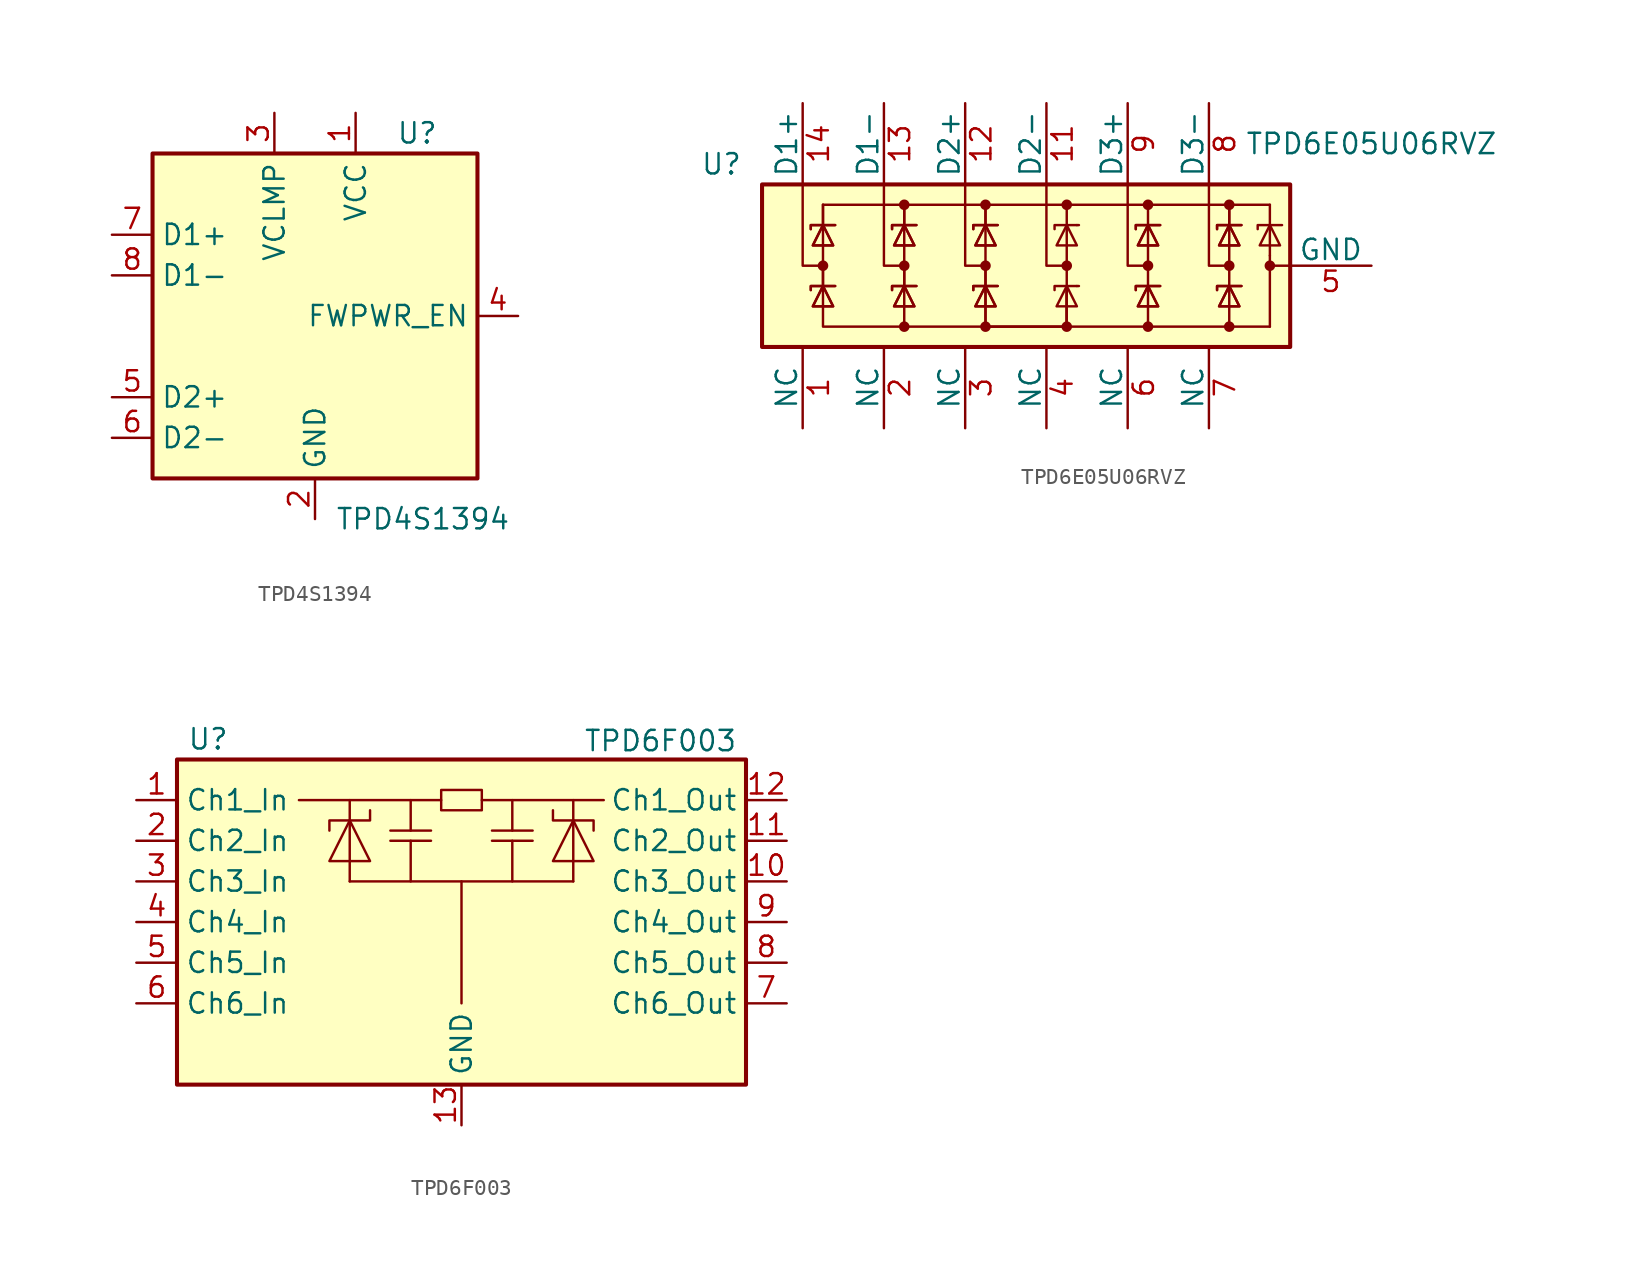
<source format=kicad_sym>
(kicad_symbol_lib
  (version 20241209)
  (generator "kicad_symbol_editor")
  (generator_version "9.0")
  (symbol "TPD4S1394"
    (property "Reference" "U"
      (at 5.08 11.43 0)
      (effects (font (size 1.27 1.27)) (justify left)))
    (property "Value" "TPD4S1394"
      (at 1.27 -12.7 0)
      (effects (font (size 1.27 1.27)) (justify left)))
    (symbol "TPD4S1394_0_1"
      (rectangle (start -10.16 10.16) (end 10.16 -10.16) (stroke (width 0.254) (type default)) (fill (type background))))
    (symbol "TPD4S1394_1_1"
      (pin passive line (at -12.7 5.08 0) (length 2.54) (name "D1+" (effects (font (size 1.27 1.27)))) (number "7" (effects (font (size 1.27 1.27)))))
      (pin passive line (at -12.7 2.54 0) (length 2.54) (name "D1-" (effects (font (size 1.27 1.27)))) (number "8" (effects (font (size 1.27 1.27)))))
      (pin passive line (at -12.7 -5.08 0) (length 2.54) (name "D2+" (effects (font (size 1.27 1.27)))) (number "5" (effects (font (size 1.27 1.27)))))
      (pin passive line (at -12.7 -7.62 0) (length 2.54) (name "D2-" (effects (font (size 1.27 1.27)))) (number "6" (effects (font (size 1.27 1.27)))))
      (pin passive line (at -2.54 12.7 270) (length 2.54) (name "VCLMP" (effects (font (size 1.27 1.27)))) (number "3" (effects (font (size 1.27 1.27)))))
      (pin power_in line (at 0 -12.7 90) (length 2.54) (name "GND" (effects (font (size 1.27 1.27)))) (number "2" (effects (font (size 1.27 1.27)))))
      (pin power_in line (at 2.54 12.7 270) (length 2.54) (name "VCC" (effects (font (size 1.27 1.27)))) (number "1" (effects (font (size 1.27 1.27)))))
      (pin passive line (at 12.7 0 180) (length 2.54) (name "FWPWR_EN" (effects (font (size 1.27 1.27)))) (number "4" (effects (font (size 1.27 1.27)))))))
  (symbol "TPD6E05U06RVZ"
    (pin_names
      (offset 0))
    (property "Reference" "U"
      (at -17.78 6.35 0)
      (effects (font (size 1.27 1.27))))
    (property "Value" "TPD6E05U06RVZ"
      (at 22.86 7.62 0)
      (effects (font (size 1.27 1.27))))
    (symbol "TPD6E05U06RVZ_0_1"
      (rectangle (start -15.24 5.08) (end 17.78 -5.08) (stroke (width 0.254) (type default)) (fill (type background)))
      (polyline (pts (xy -12.7 5.08) (xy -12.7 0) (xy -11.43 0)) (stroke (width 0) (type default)) (fill (type none)))
      (polyline (pts (xy -12.192 2.286) (xy -12.192 2.54) (xy -10.795 2.54) (xy -10.668 2.54)) (stroke (width 0) (type default)) (fill (type none)))
      (polyline (pts (xy -12.192 2.286) (xy -12.192 2.54) (xy -10.795 2.54) (xy -10.668 2.54)) (stroke (width 0) (type default)) (fill (type none)))
      (polyline (pts (xy -12.192 -1.524) (xy -12.192 -1.27) (xy -10.795 -1.27) (xy -10.668 -1.27)) (stroke (width 0) (type default)) (fill (type none)))
      (polyline (pts (xy -12.192 -1.524) (xy -12.192 -1.27) (xy -10.795 -1.27) (xy -10.668 -1.27)) (stroke (width 0) (type default)) (fill (type none)))
      (polyline (pts (xy -11.43 3.81) (xy -11.43 2.54)) (stroke (width 0) (type default)) (fill (type none)))
      (polyline (pts (xy -11.43 3.81) (xy -11.43 2.54)) (stroke (width 0) (type default)) (fill (type none)))
      (polyline (pts (xy -11.43 2.54) (xy -11.43 -1.27)) (stroke (width 0) (type default)) (fill (type none)))
      (polyline (pts (xy -11.43 2.54) (xy -10.795 1.27) (xy -12.065 1.27) (xy -11.43 2.54)) (stroke (width 0) (type default)) (fill (type none)))
      (polyline (pts (xy -11.43 2.54) (xy -10.795 1.27) (xy -12.065 1.27) (xy -11.43 2.54)) (stroke (width 0) (type default)) (fill (type none)))
      (circle (center -11.43 0) (radius 0.254) (stroke (width 0) (type default)) (fill (type outline)))
      (polyline (pts (xy -11.43 0) (xy -11.43 -1.27)) (stroke (width 0) (type default)) (fill (type none)))
      (polyline (pts (xy -11.43 -1.27) (xy -11.43 -3.81) (xy -6.35 -3.81) (xy -6.35 -1.27)) (stroke (width 0) (type default)) (fill (type none)))
      (polyline (pts (xy -11.43 -1.27) (xy -10.795 -2.54) (xy -12.065 -2.54) (xy -11.43 -1.27)) (stroke (width 0) (type default)) (fill (type none)))
      (polyline (pts (xy -11.43 -1.27) (xy -10.795 -2.54) (xy -12.065 -2.54) (xy -11.43 -1.27)) (stroke (width 0) (type default)) (fill (type none)))
      (polyline (pts (xy -7.62 5.08) (xy -7.62 0) (xy -6.35 0)) (stroke (width 0) (type default)) (fill (type none)))
      (polyline (pts (xy -7.112 2.286) (xy -7.112 2.54) (xy -5.715 2.54) (xy -5.588 2.54)) (stroke (width 0) (type default)) (fill (type none)))
      (polyline (pts (xy -7.112 2.286) (xy -7.112 2.54) (xy -5.715 2.54) (xy -5.588 2.54)) (stroke (width 0) (type default)) (fill (type none)))
      (polyline (pts (xy -7.112 -1.524) (xy -7.112 -1.27) (xy -5.715 -1.27) (xy -5.588 -1.27)) (stroke (width 0) (type default)) (fill (type none)))
      (polyline (pts (xy -7.112 -1.524) (xy -7.112 -1.27) (xy -5.715 -1.27) (xy -5.588 -1.27)) (stroke (width 0) (type default)) (fill (type none)))
      (circle (center -6.35 3.81) (radius 0.254) (stroke (width 0) (type default)) (fill (type outline)))
      (polyline (pts (xy -6.35 3.81) (xy -6.35 2.54)) (stroke (width 0) (type default)) (fill (type none)))
      (polyline (pts (xy -6.35 3.81) (xy -6.35 2.54)) (stroke (width 0) (type default)) (fill (type none)))
      (polyline (pts (xy -6.35 2.54) (xy -6.35 -1.27)) (stroke (width 0) (type default)) (fill (type none)))
      (polyline (pts (xy -6.35 2.54) (xy -5.715 1.27) (xy -6.985 1.27) (xy -6.35 2.54)) (stroke (width 0) (type default)) (fill (type none)))
      (polyline (pts (xy -6.35 2.54) (xy -5.715 1.27) (xy -6.985 1.27) (xy -6.35 2.54)) (stroke (width 0) (type default)) (fill (type none)))
      (circle (center -6.35 0) (radius 0.254) (stroke (width 0) (type default)) (fill (type outline)))
      (polyline (pts (xy -6.35 0) (xy -6.35 -1.27)) (stroke (width 0) (type default)) (fill (type none)))
      (polyline (pts (xy -6.35 -1.27) (xy -5.715 -2.54) (xy -6.985 -2.54) (xy -6.35 -1.27)) (stroke (width 0) (type default)) (fill (type none)))
      (polyline (pts (xy -6.35 -1.27) (xy -5.715 -2.54) (xy -6.985 -2.54) (xy -6.35 -1.27)) (stroke (width 0) (type default)) (fill (type none)))
      (circle (center -6.35 -3.81) (radius 0.254) (stroke (width 0) (type default)) (fill (type outline)))
      (polyline (pts (xy -2.54 5.08) (xy -2.54 0) (xy -1.27 0)) (stroke (width 0) (type default)) (fill (type none)))
      (polyline (pts (xy -2.032 2.286) (xy -2.032 2.54) (xy -0.635 2.54) (xy -0.508 2.54)) (stroke (width 0) (type default)) (fill (type none)))
      (polyline (pts (xy -2.032 2.286) (xy -2.032 2.54) (xy -0.635 2.54) (xy -0.508 2.54)) (stroke (width 0) (type default)) (fill (type none)))
      (polyline (pts (xy -2.032 -1.524) (xy -2.032 -1.27) (xy -0.635 -1.27) (xy -0.508 -1.27)) (stroke (width 0) (type default)) (fill (type none)))
      (polyline (pts (xy -2.032 -1.524) (xy -2.032 -1.27) (xy -0.635 -1.27) (xy -0.508 -1.27)) (stroke (width 0) (type default)) (fill (type none)))
      (circle (center -1.27 3.81) (radius 0.254) (stroke (width 0) (type default)) (fill (type outline)))
      (polyline (pts (xy -1.27 3.81) (xy -1.27 2.54)) (stroke (width 0) (type default)) (fill (type none)))
      (polyline (pts (xy -1.27 3.81) (xy -1.27 2.54)) (stroke (width 0) (type default)) (fill (type none)))
      (polyline (pts (xy -1.27 2.54) (xy -1.27 -1.27)) (stroke (width 0) (type default)) (fill (type none)))
      (polyline (pts (xy -1.27 2.54) (xy -0.635 1.27) (xy -1.905 1.27) (xy -1.27 2.54)) (stroke (width 0) (type default)) (fill (type none)))
      (polyline (pts (xy -1.27 2.54) (xy -0.635 1.27) (xy -1.905 1.27) (xy -1.27 2.54)) (stroke (width 0) (type default)) (fill (type none)))
      (circle (center -1.27 0) (radius 0.254) (stroke (width 0) (type default)) (fill (type outline)))
      (polyline (pts (xy -1.27 0) (xy -1.27 -1.27)) (stroke (width 0) (type default)) (fill (type none)))
      (polyline (pts (xy -1.27 -1.27) (xy -1.27 -3.81) (xy 3.81 -3.81) (xy 3.81 -1.27)) (stroke (width 0) (type default)) (fill (type none)))
      (polyline (pts (xy -1.27 -1.27) (xy -1.27 -3.81) (xy 3.81 -3.81) (xy 3.81 -1.27)) (stroke (width 0) (type default)) (fill (type none)))
      (polyline (pts (xy -1.27 -1.27) (xy -0.635 -2.54) (xy -1.905 -2.54) (xy -1.27 -1.27)) (stroke (width 0) (type default)) (fill (type none)))
      (polyline (pts (xy -1.27 -1.27) (xy -0.635 -2.54) (xy -1.905 -2.54) (xy -1.27 -1.27)) (stroke (width 0) (type default)) (fill (type none)))
      (circle (center -1.27 -3.81) (radius 0.254) (stroke (width 0) (type default)) (fill (type outline)))
      (polyline (pts (xy -1.27 -3.81) (xy -6.35 -3.81)) (stroke (width 0) (type default)) (fill (type none)))
      (polyline (pts (xy 2.54 5.08) (xy 2.54 0) (xy 3.81 0)) (stroke (width 0) (type default)) (fill (type none)))
      (polyline (pts (xy 3.81 3.81) (xy 3.81 2.54)) (stroke (width 0) (type default)) (fill (type none)))
      (circle (center 3.81 3.81) (radius 0.254) (stroke (width 0) (type default)) (fill (type outline)))
      (circle (center 3.81 0) (radius 0.254) (stroke (width 0) (type default)) (fill (type outline)))
      (polyline (pts (xy 3.81 -3.81) (xy 3.81 2.54)) (stroke (width 0) (type default)) (fill (type none)))
      (polyline (pts (xy 3.81 -3.81) (xy 8.89 -3.81)) (stroke (width 0) (type default)) (fill (type none)))
      (circle (center 3.81 -3.81) (radius 0.254) (stroke (width 0) (type default)) (fill (type outline)))
      (polyline (pts (xy 4.445 2.54) (xy 4.572 2.54)) (stroke (width 0) (type default)) (fill (type none)))
      (polyline (pts (xy 4.445 2.54) (xy 3.048 2.54) (xy 3.048 2.286)) (stroke (width 0) (type default)) (fill (type none)))
      (polyline (pts (xy 4.445 1.27) (xy 3.175 1.27) (xy 3.81 2.54) (xy 4.445 1.27)) (stroke (width 0) (type default)) (fill (type none)))
      (polyline (pts (xy 4.445 -1.27) (xy 4.572 -1.27)) (stroke (width 0) (type default)) (fill (type none)))
      (polyline (pts (xy 4.445 -1.27) (xy 3.048 -1.27) (xy 3.048 -1.524)) (stroke (width 0) (type default)) (fill (type none)))
      (polyline (pts (xy 4.445 -2.54) (xy 3.175 -2.54) (xy 3.81 -1.27) (xy 4.445 -2.54)) (stroke (width 0) (type default)) (fill (type none)))
      (polyline (pts (xy 7.62 5.08) (xy 7.62 0) (xy 8.89 0)) (stroke (width 0) (type default)) (fill (type none)))
      (polyline (pts (xy 8.128 2.286) (xy 8.128 2.54) (xy 9.525 2.54) (xy 9.652 2.54)) (stroke (width 0) (type default)) (fill (type none)))
      (polyline (pts (xy 8.128 2.286) (xy 8.128 2.54) (xy 9.525 2.54) (xy 9.652 2.54)) (stroke (width 0) (type default)) (fill (type none)))
      (polyline (pts (xy 8.128 -1.524) (xy 8.128 -1.27) (xy 9.525 -1.27) (xy 9.652 -1.27)) (stroke (width 0) (type default)) (fill (type none)))
      (polyline (pts (xy 8.128 -1.524) (xy 8.128 -1.27) (xy 9.525 -1.27) (xy 9.652 -1.27)) (stroke (width 0) (type default)) (fill (type none)))
      (polyline (pts (xy 8.89 3.81) (xy 8.89 2.54)) (stroke (width 0) (type default)) (fill (type none)))
      (circle (center 8.89 3.81) (radius 0.254) (stroke (width 0) (type default)) (fill (type outline)))
      (polyline (pts (xy 8.89 2.54) (xy 8.89 -1.27)) (stroke (width 0) (type default)) (fill (type none)))
      (polyline (pts (xy 8.89 2.54) (xy 8.255 1.27) (xy 9.525 1.27) (xy 8.89 2.54)) (stroke (width 0) (type default)) (fill (type none)))
      (polyline (pts (xy 8.89 2.54) (xy 8.255 1.27) (xy 9.525 1.27) (xy 8.89 2.54)) (stroke (width 0) (type default)) (fill (type none)))
      (circle (center 8.89 0) (radius 0.254) (stroke (width 0) (type default)) (fill (type outline)))
      (polyline (pts (xy 8.89 -1.27) (xy 8.255 -2.54) (xy 9.525 -2.54) (xy 8.89 -1.27)) (stroke (width 0) (type default)) (fill (type none)))
      (polyline (pts (xy 8.89 -1.27) (xy 8.255 -2.54) (xy 9.525 -2.54) (xy 8.89 -1.27)) (stroke (width 0) (type default)) (fill (type none)))
      (polyline (pts (xy 8.89 -1.27) (xy 8.89 -3.81) (xy 13.97 -3.81) (xy 13.97 -1.27)) (stroke (width 0) (type default)) (fill (type none)))
      (circle (center 8.89 -3.81) (radius 0.254) (stroke (width 0) (type default)) (fill (type outline)))
      (polyline (pts (xy 12.7 5.08) (xy 12.7 0) (xy 13.97 0)) (stroke (width 0) (type default)) (fill (type none)))
      (polyline (pts (xy 13.208 2.286) (xy 13.208 2.54) (xy 14.605 2.54) (xy 14.732 2.54)) (stroke (width 0) (type default)) (fill (type none)))
      (polyline (pts (xy 13.208 2.286) (xy 13.208 2.54) (xy 14.605 2.54) (xy 14.732 2.54)) (stroke (width 0) (type default)) (fill (type none)))
      (polyline (pts (xy 13.208 -1.524) (xy 13.208 -1.27) (xy 14.605 -1.27) (xy 14.732 -1.27)) (stroke (width 0) (type default)) (fill (type none)))
      (polyline (pts (xy 13.208 -1.524) (xy 13.208 -1.27) (xy 14.605 -1.27) (xy 14.732 -1.27)) (stroke (width 0) (type default)) (fill (type none)))
      (polyline (pts (xy 13.97 3.81) (xy 13.97 2.54)) (stroke (width 0) (type default)) (fill (type none)))
      (polyline (pts (xy 13.97 3.81) (xy 13.97 2.54)) (stroke (width 0) (type default)) (fill (type none)))
      (circle (center 13.97 3.81) (radius 0.254) (stroke (width 0) (type default)) (fill (type outline)))
      (polyline (pts (xy 13.97 2.54) (xy 13.97 -1.27)) (stroke (width 0) (type default)) (fill (type none)))
      (polyline (pts (xy 13.97 2.54) (xy 13.335 1.27) (xy 14.605 1.27) (xy 13.97 2.54)) (stroke (width 0) (type default)) (fill (type none)))
      (polyline (pts (xy 13.97 2.54) (xy 13.335 1.27) (xy 14.605 1.27) (xy 13.97 2.54)) (stroke (width 0) (type default)) (fill (type none)))
      (circle (center 13.97 0) (radius 0.254) (stroke (width 0) (type default)) (fill (type outline)))
      (polyline (pts (xy 13.97 -1.27) (xy 13.335 -2.54) (xy 14.605 -2.54) (xy 13.97 -1.27)) (stroke (width 0) (type default)) (fill (type none)))
      (polyline (pts (xy 13.97 -1.27) (xy 13.335 -2.54) (xy 14.605 -2.54) (xy 13.97 -1.27)) (stroke (width 0) (type default)) (fill (type none)))
      (circle (center 13.97 -3.81) (radius 0.254) (stroke (width 0) (type default)) (fill (type outline)))
      (polyline (pts (xy 15.748 2.286) (xy 15.748 2.54) (xy 17.145 2.54) (xy 17.272 2.54)) (stroke (width 0) (type default)) (fill (type none)))
      (polyline (pts (xy 16.51 3.81) (xy -11.43 3.81)) (stroke (width 0) (type default)) (fill (type none)))
      (polyline (pts (xy 16.51 3.81) (xy 16.51 0.635)) (stroke (width 0) (type default)) (fill (type none)))
      (polyline (pts (xy 16.51 2.54) (xy 17.145 1.27) (xy 15.875 1.27) (xy 16.51 2.54)) (stroke (width 0) (type default)) (fill (type none)))
      (polyline (pts (xy 16.51 0.635) (xy 16.51 -3.81)) (stroke (width 0) (type default)) (fill (type none)))
      (circle (center 16.51 0) (radius 0.254) (stroke (width 0) (type default)) (fill (type outline)))
      (polyline (pts (xy 16.51 -3.81) (xy 13.97 -3.81)) (stroke (width 0) (type default)) (fill (type none)))
      (polyline (pts (xy 17.78 0) (xy 16.51 0)) (stroke (width 0) (type default)) (fill (type none))))
    (symbol "TPD6E05U06RVZ_1_1"
      (pin passive line (at -12.7 10.16 270) (length 5.08) (name "D1+" (effects (font (size 1.27 1.27)))) (number "14" (effects (font (size 1.27 1.27)))))
      (pin free line (at -12.7 -10.16 90) (length 5.08) (name "NC" (effects (font (size 1.27 1.27)))) (number "1" (effects (font (size 1.27 1.27)))))
      (pin passive line (at -7.62 10.16 270) (length 5.08) (name "D1-" (effects (font (size 1.27 1.27)))) (number "13" (effects (font (size 1.27 1.27)))))
      (pin free line (at -7.62 -10.16 90) (length 5.08) (name "NC" (effects (font (size 1.27 1.27)))) (number "2" (effects (font (size 1.27 1.27)))))
      (pin passive line (at -2.54 10.16 270) (length 5.08) (name "D2+" (effects (font (size 1.27 1.27)))) (number "12" (effects (font (size 1.27 1.27)))))
      (pin free line (at -2.54 -10.16 90) (length 5.08) (name "NC" (effects (font (size 1.27 1.27)))) (number "3" (effects (font (size 1.27 1.27)))))
      (pin passive line (at 2.54 10.16 270) (length 5.08) (name "D2-" (effects (font (size 1.27 1.27)))) (number "11" (effects (font (size 1.27 1.27)))))
      (pin free line (at 2.54 -10.16 90) (length 5.08) (name "NC" (effects (font (size 1.27 1.27)))) (number "4" (effects (font (size 1.27 1.27)))))
      (pin passive line (at 7.62 10.16 270) (length 5.08) (name "D3+" (effects (font (size 1.27 1.27)))) (number "9" (effects (font (size 1.27 1.27)))))
      (pin free line (at 7.62 -10.16 90) (length 5.08) (name "NC" (effects (font (size 1.27 1.27)))) (number "6" (effects (font (size 1.27 1.27)))))
      (pin passive line (at 12.7 10.16 270) (length 5.08) (name "D3-" (effects (font (size 1.27 1.27)))) (number "8" (effects (font (size 1.27 1.27)))))
      (pin free line (at 12.7 -10.16 90) (length 5.08) (name "NC" (effects (font (size 1.27 1.27)))) (number "7" (effects (font (size 1.27 1.27)))))
      (pin passive line (at 22.86 0 180) (length 5.08) (hide yes) (name "GND" (effects (font (size 1.27 1.27)))) (number "10" (effects (font (size 1.27 1.27)))))
      (pin power_in line (at 22.86 0 180) (length 5.08) (name "GND" (effects (font (size 1.27 1.27)))) (number "5" (effects (font (size 1.27 1.27)))))))
  (symbol "TPD6F003"
    (property "Reference" "U"
      (at -17.145 11.43 0)
      (effects (font (size 1.27 1.27)) (justify left)))
    (property "Value" "TPD6F003"
      (at 7.62 12.065 0)
      (effects (font (size 1.27 1.27)) (justify left top)))
    (symbol "TPD6F003_0_1"
      (rectangle (start -17.78 10.16) (end 17.78 -10.16) (stroke (width 0.254) (type default)) (fill (type background)))
      (polyline (pts (xy -6.985 6.35) (xy -6.985 7.62)) (stroke (width 0) (type default)) (fill (type none)))
      (polyline (pts (xy -6.985 6.35) (xy -5.715 3.81) (xy -8.255 3.81) (xy -6.985 6.35)) (stroke (width 0) (type default)) (fill (type none)))
      (polyline (pts (xy -6.985 3.81) (xy -6.985 6.35) (xy -6.985 2.54)) (stroke (width 0) (type default)) (fill (type none)))
      (polyline (pts (xy -6.985 2.54) (xy 6.985 2.54)) (stroke (width 0) (type default)) (fill (type none)))
      (polyline (pts (xy -5.715 6.985) (xy -5.715 6.35) (xy -8.255 6.35) (xy -8.255 5.715)) (stroke (width 0) (type default)) (fill (type none)))
      (polyline (pts (xy -4.445 5.715) (xy -1.905 5.715)) (stroke (width 0) (type default)) (fill (type none)))
      (polyline (pts (xy -3.175 7.62) (xy -3.175 5.715)) (stroke (width 0) (type default)) (fill (type none)))
      (polyline (pts (xy -3.175 5.08) (xy -3.175 2.54)) (stroke (width 0) (type default)) (fill (type none)))
      (polyline (pts (xy -1.905 5.08) (xy -4.445 5.08)) (stroke (width 0) (type default)) (fill (type none)))
      (polyline (pts (xy -1.27 7.62) (xy -10.16 7.62)) (stroke (width 0) (type default)) (fill (type none)))
      (polyline (pts (xy -1.27 7.62) (xy -1.27 6.985) (xy 1.27 6.985) (xy 1.27 8.255) (xy -1.27 8.255) (xy -1.27 7.62)) (stroke (width 0) (type default)) (fill (type none)))
      (polyline (pts (xy 0 2.54) (xy 0 -5.08)) (stroke (width 0) (type default)) (fill (type none)))
      (polyline (pts (xy 1.27 7.62) (xy 8.89 7.62)) (stroke (width 0) (type default)) (fill (type none)))
      (polyline (pts (xy 1.905 5.715) (xy 4.445 5.715)) (stroke (width 0) (type default)) (fill (type none)))
      (polyline (pts (xy 3.175 7.62) (xy 3.175 5.715)) (stroke (width 0) (type default)) (fill (type none)))
      (polyline (pts (xy 3.175 5.08) (xy 3.175 2.54)) (stroke (width 0) (type default)) (fill (type none)))
      (polyline (pts (xy 4.445 5.08) (xy 1.905 5.08)) (stroke (width 0) (type default)) (fill (type none)))
      (polyline (pts (xy 5.715 6.985) (xy 5.715 6.35) (xy 8.255 6.35) (xy 8.255 5.715)) (stroke (width 0) (type default)) (fill (type none)))
      (polyline (pts (xy 6.985 6.35) (xy 6.985 7.62)) (stroke (width 0) (type default)) (fill (type none)))
      (polyline (pts (xy 6.985 6.35) (xy 5.715 3.81) (xy 8.255 3.81) (xy 6.985 6.35)) (stroke (width 0) (type default)) (fill (type none)))
      (polyline (pts (xy 6.985 3.81) (xy 6.985 6.35) (xy 6.985 2.54)) (stroke (width 0) (type default)) (fill (type none))))
    (symbol "TPD6F003_1_1"
      (pin passive line (at -20.32 7.62 0) (length 2.54) (name "Ch1_In" (effects (font (size 1.27 1.27)))) (number "1" (effects (font (size 1.27 1.27)))))
      (pin passive line (at -20.32 5.08 0) (length 2.54) (name "Ch2_In" (effects (font (size 1.27 1.27)))) (number "2" (effects (font (size 1.27 1.27)))))
      (pin passive line (at -20.32 2.54 0) (length 2.54) (name "Ch3_In" (effects (font (size 1.27 1.27)))) (number "3" (effects (font (size 1.27 1.27)))))
      (pin passive line (at -20.32 0 0) (length 2.54) (name "Ch4_In" (effects (font (size 1.27 1.27)))) (number "4" (effects (font (size 1.27 1.27)))))
      (pin passive line (at -20.32 -2.54 0) (length 2.54) (name "Ch5_In" (effects (font (size 1.27 1.27)))) (number "5" (effects (font (size 1.27 1.27)))))
      (pin passive line (at -20.32 -5.08 0) (length 2.54) (name "Ch6_In" (effects (font (size 1.27 1.27)))) (number "6" (effects (font (size 1.27 1.27)))))
      (pin power_in line (at 0 -12.7 90) (length 2.54) (name "GND" (effects (font (size 1.27 1.27)))) (number "13" (effects (font (size 1.27 1.27)))))
      (pin passive line (at 20.32 7.62 180) (length 2.54) (name "Ch1_Out" (effects (font (size 1.27 1.27)))) (number "12" (effects (font (size 1.27 1.27)))))
      (pin passive line (at 20.32 5.08 180) (length 2.54) (name "Ch2_Out" (effects (font (size 1.27 1.27)))) (number "11" (effects (font (size 1.27 1.27)))))
      (pin passive line (at 20.32 2.54 180) (length 2.54) (name "Ch3_Out" (effects (font (size 1.27 1.27)))) (number "10" (effects (font (size 1.27 1.27)))))
      (pin passive line (at 20.32 0 180) (length 2.54) (name "Ch4_Out" (effects (font (size 1.27 1.27)))) (number "9" (effects (font (size 1.27 1.27)))))
      (pin passive line (at 20.32 -2.54 180) (length 2.54) (name "Ch5_Out" (effects (font (size 1.27 1.27)))) (number "8" (effects (font (size 1.27 1.27)))))
      (pin passive line (at 20.32 -5.08 180) (length 2.54) (name "Ch6_Out" (effects (font (size 1.27 1.27)))) (number "7" (effects (font (size 1.27 1.27))))))))
</source>
